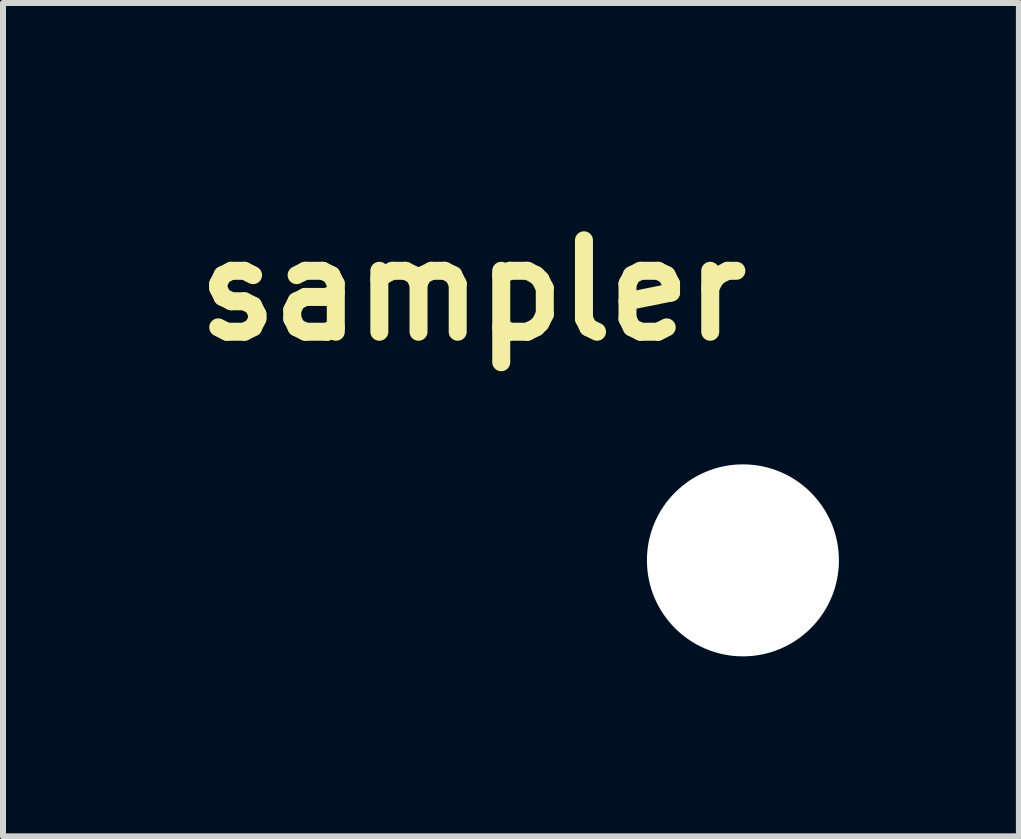
<source format=kicad_pcb>
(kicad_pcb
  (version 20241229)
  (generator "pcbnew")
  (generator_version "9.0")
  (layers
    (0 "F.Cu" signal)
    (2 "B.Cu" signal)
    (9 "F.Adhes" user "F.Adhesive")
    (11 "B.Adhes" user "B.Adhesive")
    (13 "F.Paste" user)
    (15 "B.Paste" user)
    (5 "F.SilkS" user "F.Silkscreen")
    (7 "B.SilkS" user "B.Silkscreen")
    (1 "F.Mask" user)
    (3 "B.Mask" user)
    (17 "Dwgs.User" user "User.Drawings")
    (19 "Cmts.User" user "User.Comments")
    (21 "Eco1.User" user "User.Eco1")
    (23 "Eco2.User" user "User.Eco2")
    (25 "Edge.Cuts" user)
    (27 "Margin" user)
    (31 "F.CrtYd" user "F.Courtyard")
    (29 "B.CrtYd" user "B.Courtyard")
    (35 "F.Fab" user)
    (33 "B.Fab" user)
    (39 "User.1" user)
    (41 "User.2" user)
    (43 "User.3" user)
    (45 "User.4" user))
  (footprint "sampler"
    (layer "F.Cu")
    (at 9.333 6.29)
    (property "Reference" "sampler" (at -4.5 -4.5 0) (layer "F.SilkS") (effects (font (size 1.524 1.524) (thickness 0.3))))
    (attr through_hole)
    (fp_poly (pts (xy -4.458 -6.278) (xy -4.442 -6.274) (xy -4.395 -6.251) (xy -4.351 -6.215) (xy -4.315 -6.173) (xy -4.296 -6.14) (xy -4.276 -6.095) (xy -4.273 -4.826) (xy -4.271 -3.557) (xy -3.685 -4.142) (xy -3.585 -4.243) (xy -3.496 -4.331) (xy -3.417 -4.409) (xy -3.348 -4.478) (xy -3.289 -4.536) (xy -3.238 -4.586) (xy -3.194 -4.628) (xy -3.158 -4.662) (xy -3.129 -4.69) (xy -3.105 -4.711) (xy -3.086 -4.727) (xy -3.071 -4.738) (xy -3.061 -4.745) (xy -3.057 -4.747) (xy -3.015 -4.767) (xy -2.211 -4.769) (xy -2.071 -4.769) (xy -1.948 -4.77) (xy -1.839 -4.77) (xy -1.744 -4.77) (xy -1.661 -4.77) (xy -1.59 -4.769) (xy -1.53 -4.768) (xy -1.48 -4.767) (xy -1.438 -4.765) (xy -1.404 -4.762) (xy -1.377 -4.759) (xy -1.355 -4.754) (xy -1.337 -4.749) (xy -1.323 -4.744) (xy -1.311 -4.737) (xy -1.3 -4.729) (xy -1.29 -4.719) (xy -1.279 -4.709) (xy -1.272 -4.703) (xy -1.23 -4.656) (xy -1.204 -4.605) (xy -1.193 -4.549) (xy -1.193 -4.508) (xy -1.205 -4.444) (xy -1.231 -4.389) (xy -1.272 -4.342) (xy -1.327 -4.304) (xy -1.329 -4.303) (xy -1.364 -4.284) (xy -2.109 -4.282) (xy -2.854 -4.28) (xy -3.624 -3.511) (xy -3.736 -3.398) (xy -3.838 -3.297) (xy -3.928 -3.207) (xy -4.009 -3.127) (xy -4.08 -3.057) (xy -4.142 -2.995) (xy -4.196 -2.942) (xy -4.243 -2.896) (xy -4.283 -2.858) (xy -4.316 -2.826) (xy -4.344 -2.799) (xy -4.367 -2.778) (xy -4.386 -2.762) (xy -4.401 -2.749) (xy -4.413 -2.74) (xy -4.422 -2.734) (xy -4.43 -2.73) (xy -4.436 -2.728) (xy -4.478 -2.719) (xy -4.524 -2.715) (xy -4.566 -2.718) (xy -4.585 -2.722) (xy -4.645 -2.749) (xy -4.697 -2.79) (xy -4.738 -2.843) (xy -4.743 -2.852) (xy -4.745 -2.856) (xy -4.747 -2.862) (xy -4.749 -2.87) (xy -4.75 -2.882) (xy -4.752 -2.897) (xy -4.753 -2.918) (xy -4.754 -2.943) (xy -4.755 -2.976) (xy -4.756 -3.015) (xy -4.756 -3.063) (xy -4.757 -3.119) (xy -4.757 -3.185) (xy -4.758 -3.261) (xy -4.758 -3.349) (xy -4.759 -3.449) (xy -4.759 -3.561) (xy -4.759 -3.688) (xy -4.76 -3.828) (xy -4.76 -3.984) (xy -4.76 -4.157) (xy -4.76 -4.159) (xy -4.761 -4.305) (xy -4.761 -4.446) (xy -4.761 -4.582) (xy -4.762 -4.711) (xy -4.762 -4.832) (xy -4.763 -4.945) (xy -4.764 -5.049) (xy -4.764 -5.143) (xy -4.765 -5.225) (xy -4.766 -5.296) (xy -4.766 -5.353) (xy -4.767 -5.397) (xy -4.768 -5.426) (xy -4.769 -5.439) (xy -4.769 -5.439) (xy -4.775 -5.434) (xy -4.793 -5.417) (xy -4.822 -5.389) (xy -4.859 -5.353) (xy -4.905 -5.307) (xy -4.959 -5.254) (xy -5.02 -5.194) (xy -5.087 -5.127) (xy -5.159 -5.055) (xy -5.236 -4.979) (xy -5.316 -4.899) (xy -5.334 -4.882) (xy -5.444 -4.772) (xy -5.543 -4.674) (xy -5.63 -4.587) (xy -5.706 -4.513) (xy -5.771 -4.45) (xy -5.824 -4.399) (xy -5.867 -4.358) (xy -5.899 -4.329) (xy -5.921 -4.311) (xy -5.93 -4.304) (xy -5.968 -4.284) (xy -7.627 -4.284) (xy -7.672 -4.309) (xy -7.725 -4.347) (xy -7.764 -4.395) (xy -7.789 -4.453) (xy -7.799 -4.508) (xy -7.796 -4.57) (xy -7.78 -4.624) (xy -7.748 -4.673) (xy -7.72 -4.703) (xy -7.707 -4.714) (xy -7.696 -4.724) (xy -7.685 -4.733) (xy -7.673 -4.741) (xy -7.66 -4.747) (xy -7.643 -4.753) (xy -7.622 -4.758) (xy -7.595 -4.761) (xy -7.563 -4.764) (xy -7.523 -4.767) (xy -7.474 -4.768) (xy -7.415 -4.769) (xy -7.346 -4.77) (xy -7.265 -4.771) (xy -7.171 -4.771) (xy -7.062 -4.771) (xy -6.939 -4.771) (xy -6.862 -4.771) (xy -6.138 -4.771) (xy -5.406 -5.504) (xy -5.289 -5.62) (xy -5.184 -5.725) (xy -5.09 -5.818) (xy -5.006 -5.902) (xy -4.933 -5.975) (xy -4.868 -6.038) (xy -4.812 -6.092) (xy -4.765 -6.138) (xy -4.726 -6.176) (xy -4.694 -6.206) (xy -4.669 -6.229) (xy -4.65 -6.245) (xy -4.637 -6.255) (xy -4.631 -6.258) (xy -4.576 -6.278) (xy -4.517 -6.285) (xy -4.458 -6.278)) (stroke (width 0.01) (type solid)) (fill yes) (layer "F.Mask"))
    (fp_poly (pts (xy -4.458 -6.278) (xy -4.442 -6.274) (xy -4.395 -6.251) (xy -4.351 -6.215) (xy -4.315 -6.173) (xy -4.296 -6.14) (xy -4.276 -6.095) (xy -4.273 -4.826) (xy -4.271 -3.557) (xy -3.685 -4.142) (xy -3.585 -4.243) (xy -3.496 -4.331) (xy -3.417 -4.409) (xy -3.348 -4.478) (xy -3.289 -4.536) (xy -3.238 -4.586) (xy -3.194 -4.628) (xy -3.158 -4.662) (xy -3.129 -4.69) (xy -3.105 -4.711) (xy -3.086 -4.727) (xy -3.071 -4.738) (xy -3.061 -4.745) (xy -3.057 -4.747) (xy -3.015 -4.767) (xy -2.211 -4.769) (xy -2.071 -4.769) (xy -1.948 -4.77) (xy -1.839 -4.77) (xy -1.744 -4.77) (xy -1.661 -4.77) (xy -1.59 -4.769) (xy -1.53 -4.768) (xy -1.48 -4.767) (xy -1.438 -4.765) (xy -1.404 -4.762) (xy -1.377 -4.759) (xy -1.355 -4.754) (xy -1.337 -4.749) (xy -1.323 -4.744) (xy -1.311 -4.737) (xy -1.3 -4.729) (xy -1.29 -4.719) (xy -1.279 -4.709) (xy -1.272 -4.703) (xy -1.23 -4.656) (xy -1.204 -4.605) (xy -1.193 -4.549) (xy -1.193 -4.508) (xy -1.205 -4.444) (xy -1.231 -4.389) (xy -1.272 -4.342) (xy -1.327 -4.304) (xy -1.329 -4.303) (xy -1.364 -4.284) (xy -2.109 -4.282) (xy -2.854 -4.28) (xy -3.624 -3.511) (xy -3.736 -3.398) (xy -3.838 -3.297) (xy -3.928 -3.207) (xy -4.009 -3.127) (xy -4.08 -3.057) (xy -4.142 -2.995) (xy -4.196 -2.942) (xy -4.243 -2.896) (xy -4.283 -2.858) (xy -4.316 -2.826) (xy -4.344 -2.799) (xy -4.367 -2.778) (xy -4.386 -2.762) (xy -4.401 -2.749) (xy -4.413 -2.74) (xy -4.422 -2.734) (xy -4.43 -2.73) (xy -4.436 -2.728) (xy -4.478 -2.719) (xy -4.524 -2.715) (xy -4.566 -2.718) (xy -4.585 -2.722) (xy -4.645 -2.749) (xy -4.697 -2.79) (xy -4.738 -2.843) (xy -4.743 -2.852) (xy -4.745 -2.856) (xy -4.747 -2.862) (xy -4.749 -2.87) (xy -4.75 -2.882) (xy -4.752 -2.897) (xy -4.753 -2.918) (xy -4.754 -2.943) (xy -4.755 -2.976) (xy -4.756 -3.015) (xy -4.756 -3.063) (xy -4.757 -3.119) (xy -4.757 -3.185) (xy -4.758 -3.261) (xy -4.758 -3.349) (xy -4.759 -3.449) (xy -4.759 -3.561) (xy -4.759 -3.688) (xy -4.76 -3.828) (xy -4.76 -3.984) (xy -4.76 -4.157) (xy -4.76 -4.159) (xy -4.761 -4.305) (xy -4.761 -4.446) (xy -4.761 -4.582) (xy -4.762 -4.711) (xy -4.762 -4.832) (xy -4.763 -4.945) (xy -4.764 -5.049) (xy -4.764 -5.143) (xy -4.765 -5.225) (xy -4.766 -5.296) (xy -4.766 -5.353) (xy -4.767 -5.397) (xy -4.768 -5.426) (xy -4.769 -5.439) (xy -4.769 -5.439) (xy -4.775 -5.434) (xy -4.793 -5.417) (xy -4.822 -5.389) (xy -4.859 -5.353) (xy -4.905 -5.307) (xy -4.959 -5.254) (xy -5.02 -5.194) (xy -5.087 -5.127) (xy -5.159 -5.055) (xy -5.236 -4.979) (xy -5.316 -4.899) (xy -5.334 -4.882) (xy -5.444 -4.772) (xy -5.543 -4.674) (xy -5.63 -4.587) (xy -5.706 -4.513) (xy -5.771 -4.45) (xy -5.824 -4.399) (xy -5.867 -4.358) (xy -5.899 -4.329) (xy -5.921 -4.311) (xy -5.93 -4.304) (xy -5.968 -4.284) (xy -7.627 -4.284) (xy -7.672 -4.309) (xy -7.725 -4.347) (xy -7.764 -4.395) (xy -7.789 -4.453) (xy -7.799 -4.508) (xy -7.796 -4.57) (xy -7.78 -4.624) (xy -7.748 -4.673) (xy -7.72 -4.703) (xy -7.707 -4.714) (xy -7.696 -4.724) (xy -7.685 -4.733) (xy -7.673 -4.741) (xy -7.66 -4.747) (xy -7.643 -4.753) (xy -7.622 -4.758) (xy -7.595 -4.761) (xy -7.563 -4.764) (xy -7.523 -4.767) (xy -7.474 -4.768) (xy -7.415 -4.769) (xy -7.346 -4.77) (xy -7.265 -4.771) (xy -7.171 -4.771) (xy -7.062 -4.771) (xy -6.939 -4.771) (xy -6.862 -4.771) (xy -6.138 -4.771) (xy -5.406 -5.504) (xy -5.289 -5.62) (xy -5.184 -5.725) (xy -5.09 -5.818) (xy -5.006 -5.902) (xy -4.933 -5.975) (xy -4.868 -6.038) (xy -4.812 -6.092) (xy -4.765 -6.138) (xy -4.726 -6.176) (xy -4.694 -6.206) (xy -4.669 -6.229) (xy -4.65 -6.245) (xy -4.637 -6.255) (xy -4.631 -6.258) (xy -4.576 -6.278) (xy -4.517 -6.285) (xy -4.458 -6.278)) (stroke (width 0.01) (type solid)) (fill yes) (layer "B.Mask"))
    (pad "" np_thru_hole circle (at 0 0) (size 3.2 3.2) (drill 3.2) (layers "*.Cu" "*.Mask")))
  (gr_rect
    (start -3 -3)
    (end 13.933 10.89)
    (stroke (width 0.1) (type default))
    (fill no)
    (layer "Edge.Cuts")))
</source>
